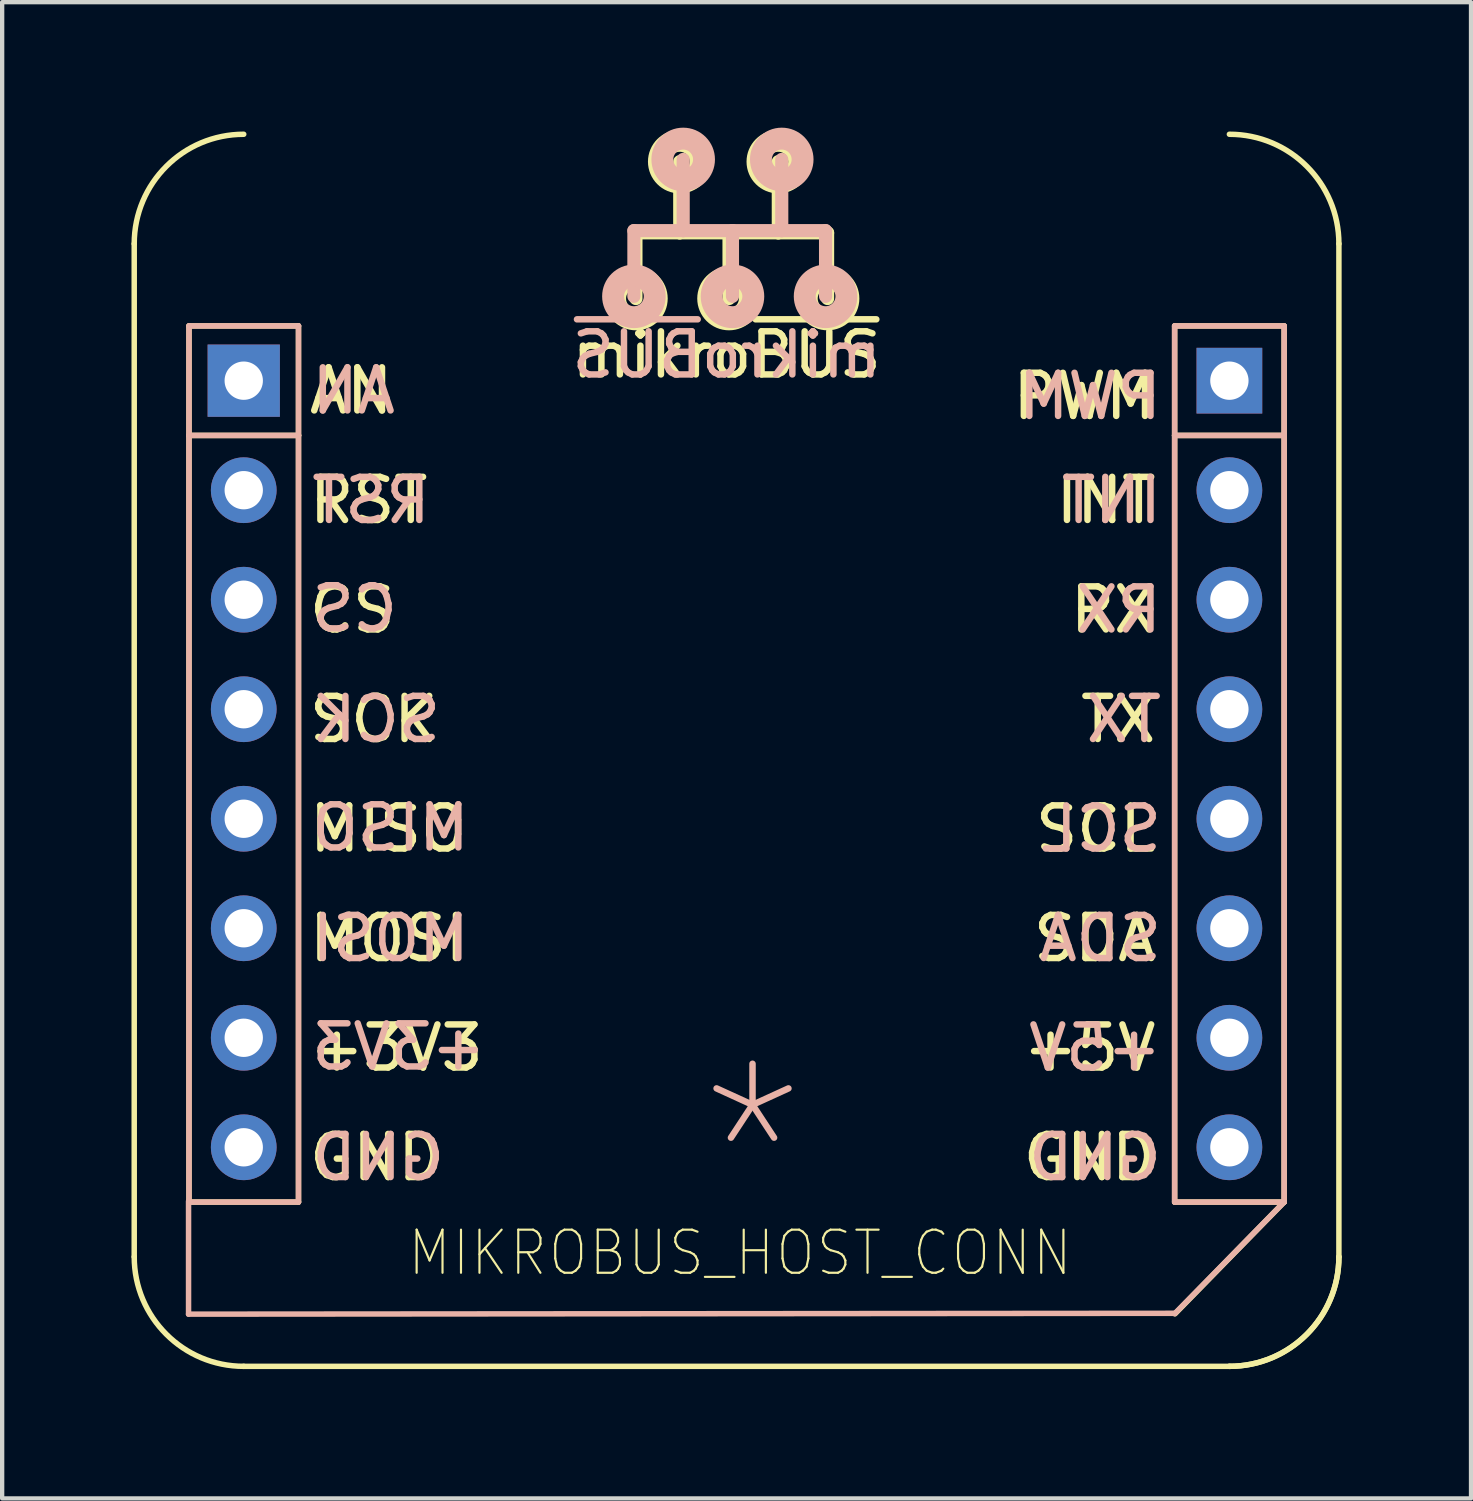
<source format=kicad_pcb>
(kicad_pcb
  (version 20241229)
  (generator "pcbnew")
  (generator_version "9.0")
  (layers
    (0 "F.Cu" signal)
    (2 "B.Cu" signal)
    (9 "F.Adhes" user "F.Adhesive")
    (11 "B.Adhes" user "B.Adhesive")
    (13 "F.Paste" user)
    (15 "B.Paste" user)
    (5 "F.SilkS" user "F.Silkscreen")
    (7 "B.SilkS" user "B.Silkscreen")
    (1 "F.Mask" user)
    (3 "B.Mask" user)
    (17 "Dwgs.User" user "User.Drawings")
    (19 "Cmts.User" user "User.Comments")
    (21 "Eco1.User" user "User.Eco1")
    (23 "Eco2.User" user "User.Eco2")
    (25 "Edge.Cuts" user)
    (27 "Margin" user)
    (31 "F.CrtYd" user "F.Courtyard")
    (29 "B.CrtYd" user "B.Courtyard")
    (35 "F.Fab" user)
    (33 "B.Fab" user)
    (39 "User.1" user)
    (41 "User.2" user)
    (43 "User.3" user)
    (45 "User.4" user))
  (footprint "MIKROBUS_HOST_CONN"
    (layer "F.Cu")
    (at 2.603 5.779)
    (property "Reference" "MIKROBUS_HOST_CONN" (at 11.51 20.23 0) (layer "F.SilkS") (effects (font (size 1 0.9) (thickness 0.05))))
    (attr through_hole)
    (fp_line (start -2.54 -3.175) (end -2.54 20.32) (stroke (width 0.127) (type solid)) (layer "F.SilkS"))
    (fp_line (start -1.27 -1.27) (end -1.27 1.27) (stroke (width 0.127) (type solid)) (layer "F.SilkS"))
    (fp_line (start -1.27 1.27) (end -1.27 19.05) (stroke (width 0.127) (type solid)) (layer "F.SilkS"))
    (fp_line (start -1.27 1.27) (end 1.27 1.27) (stroke (width 0.127) (type solid)) (layer "F.SilkS"))
    (fp_line (start -1.27 19.05) (end 1.27 19.05) (stroke (width 0.127) (type solid)) (layer "F.SilkS"))
    (fp_line (start 0 22.86) (end 22.86 22.86) (stroke (width 0.127) (type solid)) (layer "F.SilkS"))
    (fp_line (start 1.27 -1.27) (end -1.27 -1.27) (stroke (width 0.127) (type solid)) (layer "F.SilkS"))
    (fp_line (start 1.27 1.27) (end 1.27 -1.27) (stroke (width 0.127) (type solid)) (layer "F.SilkS"))
    (fp_line (start 1.27 19.05) (end 1.27 1.27) (stroke (width 0.127) (type solid)) (layer "F.SilkS"))
    (fp_line (start 9.096 -3.429) (end 9.096 -1.905) (stroke (width 0.305) (type solid)) (layer "F.SilkS"))
    (fp_line (start 9.096 -3.429) (end 10.112 -3.429) (stroke (width 0.305) (type solid)) (layer "F.SilkS"))
    (fp_line (start 10.112 -3.429) (end 10.112 -5.08) (stroke (width 0.305) (type solid)) (layer "F.SilkS"))
    (fp_line (start 10.112 -3.429) (end 11.255 -3.429) (stroke (width 0.305) (type solid)) (layer "F.SilkS"))
    (fp_line (start 11.255 -3.429) (end 11.255 -1.905) (stroke (width 0.305) (type solid)) (layer "F.SilkS"))
    (fp_line (start 11.255 -3.429) (end 12.398 -3.429) (stroke (width 0.305) (type solid)) (layer "F.SilkS"))
    (fp_line (start 12.398 -3.429) (end 12.398 -5.08) (stroke (width 0.305) (type solid)) (layer "F.SilkS"))
    (fp_line (start 12.398 -3.429) (end 13.541 -3.429) (stroke (width 0.305) (type solid)) (layer "F.SilkS"))
    (fp_line (start 13.541 -3.429) (end 13.541 -1.905) (stroke (width 0.305) (type solid)) (layer "F.SilkS"))
    (fp_line (start 21.59 -1.27) (end 21.59 1.27) (stroke (width 0.127) (type solid)) (layer "F.SilkS"))
    (fp_line (start 21.59 -1.27) (end 24.13 -1.27) (stroke (width 0.127) (type solid)) (layer "F.SilkS"))
    (fp_line (start 21.59 1.27) (end 21.59 19.05) (stroke (width 0.127) (type solid)) (layer "F.SilkS"))
    (fp_line (start 21.59 1.27) (end 24.13 1.27) (stroke (width 0.127) (type solid)) (layer "F.SilkS"))
    (fp_line (start 21.59 19.05) (end 24.13 19.05) (stroke (width 0.127) (type solid)) (layer "F.SilkS"))
    (fp_line (start 24.13 -1.27) (end 24.13 19.05) (stroke (width 0.127) (type solid)) (layer "F.SilkS"))
    (fp_line (start 24.13 19.05) (end 21.6 21.64) (stroke (width 0.127) (type solid)) (layer "F.SilkS"))
    (fp_line (start 25.4 -3.175) (end 25.4 20.32) (stroke (width 0.127) (type solid)) (layer "F.SilkS"))
    (fp_arc (start -2.54 -3.175) (mid -1.796051 -4.971051) (end 0 -5.715) (stroke (width 0.127) (type solid)) (layer "F.SilkS"))
    (fp_arc (start 0 22.86) (mid -1.796051 22.116051) (end -2.54 20.32) (stroke (width 0.127) (type solid)) (layer "F.SilkS"))
    (fp_arc (start 22.86 -5.715) (mid 24.656051 -4.971051) (end 25.4 -3.175) (stroke (width 0.127) (type solid)) (layer "F.SilkS"))
    (fp_arc (start 25.4 20.32) (mid 24.656051 22.116051) (end 22.86 22.86) (stroke (width 0.127) (type solid)) (layer "F.SilkS"))
    (fp_arc (start 25.4 20.32) (mid 24.656051 22.116051) (end 22.86 22.86) (stroke (width 0.127) (type solid)) (layer "F.SilkS"))
    (fp_circle (center 9.096 -1.905) (end 9.325 -1.905) (stroke (width 0.508) (type solid)) (fill no) (layer "F.SilkS"))
    (fp_circle (center 10.112 -5.08) (end 10.341 -5.08) (stroke (width 0.508) (type solid)) (fill no) (layer "F.SilkS"))
    (fp_circle (center 11.255 -1.905) (end 11.484 -1.905) (stroke (width 0.508) (type solid)) (fill no) (layer "F.SilkS"))
    (fp_circle (center 12.398 -5.08) (end 12.627 -5.08) (stroke (width 0.508) (type solid)) (fill no) (layer "F.SilkS"))
    (fp_circle (center 13.541 -1.905) (end 13.77 -1.905) (stroke (width 0.508) (type solid)) (fill no) (layer "F.SilkS"))
    (fp_line (start -1.28 19.03) (end -1.28 21.65) (stroke (width 0.127) (type solid)) (layer "B.SilkS"))
    (fp_line (start -1.28 21.65) (end 21.59 21.63) (stroke (width 0.127) (type solid)) (layer "B.SilkS"))
    (fp_line (start -1.27 -1.27) (end -1.27 1.27) (stroke (width 0.127) (type solid)) (layer "B.SilkS"))
    (fp_line (start -1.27 1.27) (end -1.27 19.05) (stroke (width 0.127) (type solid)) (layer "B.SilkS"))
    (fp_line (start -1.27 1.27) (end 1.27 1.27) (stroke (width 0.127) (type solid)) (layer "B.SilkS"))
    (fp_line (start -1.27 19.05) (end 1.27 19.05) (stroke (width 0.127) (type solid)) (layer "B.SilkS"))
    (fp_line (start 1.27 -1.27) (end -1.27 -1.27) (stroke (width 0.127) (type solid)) (layer "B.SilkS"))
    (fp_line (start 1.27 1.27) (end 1.27 -1.27) (stroke (width 0.127) (type solid)) (layer "B.SilkS"))
    (fp_line (start 1.27 19.05) (end 1.27 1.27) (stroke (width 0.127) (type solid)) (layer "B.SilkS"))
    (fp_line (start 9.049 -3.48) (end 9.049 -1.956) (stroke (width 0.305) (type solid)) (layer "B.SilkS"))
    (fp_line (start 10.192 -3.48) (end 9.049 -3.48) (stroke (width 0.305) (type solid)) (layer "B.SilkS"))
    (fp_line (start 10.192 -3.48) (end 10.192 -5.131) (stroke (width 0.305) (type solid)) (layer "B.SilkS"))
    (fp_line (start 11.335 -3.48) (end 10.192 -3.48) (stroke (width 0.305) (type solid)) (layer "B.SilkS"))
    (fp_line (start 11.335 -3.48) (end 11.335 -1.956) (stroke (width 0.305) (type solid)) (layer "B.SilkS"))
    (fp_line (start 12.478 -3.48) (end 11.335 -3.48) (stroke (width 0.305) (type solid)) (layer "B.SilkS"))
    (fp_line (start 12.478 -3.48) (end 12.478 -5.131) (stroke (width 0.305) (type solid)) (layer "B.SilkS"))
    (fp_line (start 13.494 -3.48) (end 12.478 -3.48) (stroke (width 0.305) (type solid)) (layer "B.SilkS"))
    (fp_line (start 13.494 -3.48) (end 13.494 -1.956) (stroke (width 0.305) (type solid)) (layer "B.SilkS"))
    (fp_line (start 21.59 -1.27) (end 21.59 1.27) (stroke (width 0.127) (type solid)) (layer "B.SilkS"))
    (fp_line (start 21.59 -1.27) (end 24.13 -1.27) (stroke (width 0.127) (type solid)) (layer "B.SilkS"))
    (fp_line (start 21.59 1.27) (end 21.59 19.05) (stroke (width 0.127) (type solid)) (layer "B.SilkS"))
    (fp_line (start 21.59 1.27) (end 24.13 1.27) (stroke (width 0.127) (type solid)) (layer "B.SilkS"))
    (fp_line (start 21.59 19.05) (end 24.13 19.05) (stroke (width 0.127) (type solid)) (layer "B.SilkS"))
    (fp_line (start 24.13 -1.27) (end 24.13 19.05) (stroke (width 0.127) (type solid)) (layer "B.SilkS"))
    (fp_line (start 24.13 19.05) (end 21.59 21.64) (stroke (width 0.127) (type solid)) (layer "B.SilkS"))
    (fp_circle (center 9.049 -1.956) (end 9.278 -1.956) (stroke (width 0.508) (type solid)) (fill no) (layer "B.SilkS"))
    (fp_circle (center 10.192 -5.131) (end 10.421 -5.131) (stroke (width 0.508) (type solid)) (fill no) (layer "B.SilkS"))
    (fp_circle (center 11.335 -1.956) (end 11.564 -1.956) (stroke (width 0.508) (type solid)) (fill no) (layer "B.SilkS"))
    (fp_circle (center 12.478 -5.131) (end 12.707 -5.131) (stroke (width 0.508) (type solid)) (fill no) (layer "B.SilkS"))
    (fp_circle (center 13.494 -1.956) (end 13.723 -1.956) (stroke (width 0.508) (type solid)) (fill no) (layer "B.SilkS"))
    (fp_text user "CS" (at 2.516 5.315 0) (layer "F.SilkS") (effects (font (size 1 1) (thickness 0.15))))
    (fp_text user "SDA" (at 19.736 12.935 0) (layer "F.SilkS") (effects (font (size 1 1) (thickness 0.15))))
    (fp_text user "+5V" (at 19.617 15.475 0) (layer "F.SilkS") (effects (font (size 1 1) (thickness 0.15))))
    (fp_text user "RST" (at 2.897 2.775 0) (layer "F.SilkS") (effects (font (size 1 1) (thickness 0.15))))
    (fp_text user "AN" (at 2.492 0.235 0) (layer "F.SilkS") (effects (font (size 1 1) (thickness 0.15))))
    (fp_text user "mikro~{BUS}" (at 11.2 -0.6 0) (layer "F.SilkS") (effects (font (size 1 1) (thickness 0.15))))
    (fp_text user "MOSI" (at 3.35 12.935 0) (layer "F.SilkS") (effects (font (size 1 1) (thickness 0.15))))
    (fp_text user "INT" (at 19.998 2.775 0) (layer "F.SilkS") (effects (font (size 1 1) (thickness 0.15))))
    (fp_text user "GND" (at 3.064 18.015 0) (layer "F.SilkS") (effects (font (size 1 1) (thickness 0.15))))
    (fp_text user "PWM" (at 19.498 0.362 0) (layer "F.SilkS") (effects (font (size 1 1) (thickness 0.15))))
    (fp_text user "RX" (at 20.164 5.315 0) (layer "F.SilkS") (effects (font (size 1 1) (thickness 0.15))))
    (fp_text user "+3V3" (at 3.54 15.475 0) (layer "F.SilkS") (effects (font (size 1 1) (thickness 0.15))))
    (fp_text user "TX" (at 20.283 7.855 0) (layer "F.SilkS") (effects (font (size 1 1) (thickness 0.15))))
    (fp_text user "SCL" (at 19.759 10.395 0) (layer "F.SilkS") (effects (font (size 1 1) (thickness 0.15))))
    (fp_text user "MISO" (at 3.35 10.395 0) (layer "F.SilkS") (effects (font (size 1 1) (thickness 0.15))))
    (fp_text user "GND" (at 19.617 18.015 0) (layer "F.SilkS") (effects (font (size 1 1) (thickness 0.15))))
    (fp_text user "SCK" (at 3.016 7.855 0) (layer "F.SilkS") (effects (font (size 1 1) (thickness 0.15))))
    (fp_text user "*" (at 11.8 18 0) (layer "B.SilkS") (effects (font (size 4 3.5) (thickness 0.15)) (justify mirror)))
    (fp_text user "CS" (at 2.572 5.29 0) (layer "B.SilkS") (effects (font (size 1 1) (thickness 0.15)) (justify mirror)))
    (fp_text user "RST" (at 2.953 2.775 0) (layer "B.SilkS") (effects (font (size 1 1) (thickness 0.15)) (justify mirror)))
    (fp_text user "+3V3" (at 3.596 15.45 0) (layer "B.SilkS") (effects (font (size 1 1) (thickness 0.15)) (justify mirror)))
    (fp_text user "SDA" (at 19.863 12.935 0) (layer "B.SilkS") (effects (font (size 1 1) (thickness 0.15)) (justify mirror)))
    (fp_text user "mikro~{BUS}" (at 11.2 -0.6 0) (layer "B.SilkS") (effects (font (size 1 1) (thickness 0.15)) (justify mirror)))
    (fp_text user "AN" (at 2.548 0.235 0) (layer "B.SilkS") (effects (font (size 1 1) (thickness 0.15)) (justify mirror)))
    (fp_text user "GND" (at 19.744 18.015 0) (layer "B.SilkS") (effects (font (size 1 1) (thickness 0.15)) (justify mirror)))
    (fp_text user "GND" (at 3.12 18.015 0) (layer "B.SilkS") (effects (font (size 1 1) (thickness 0.15)) (justify mirror)))
    (fp_text user "SCK" (at 3.072 7.855 0) (layer "B.SilkS") (effects (font (size 1 1) (thickness 0.15)) (justify mirror)))
    (fp_text user "TX" (at 20.411 7.855 0) (layer "B.SilkS") (effects (font (size 1 1) (thickness 0.15)) (justify mirror)))
    (fp_text user "PWM" (at 19.625 0.362 0) (layer "B.SilkS") (effects (font (size 1 1) (thickness 0.15)) (justify mirror)))
    (fp_text user "MISO" (at 3.405 10.37 0) (layer "B.SilkS") (effects (font (size 1 1) (thickness 0.15)) (justify mirror)))
    (fp_text user "MOSI" (at 3.405 12.935 0) (layer "B.SilkS") (effects (font (size 1 1) (thickness 0.15)) (justify mirror)))
    (fp_text user "RX" (at 20.291 5.315 0) (layer "B.SilkS") (effects (font (size 1 1) (thickness 0.15)) (justify mirror)))
    (fp_text user "INT" (at 20.125 2.775 0) (layer "B.SilkS") (effects (font (size 1 1) (thickness 0.15)) (justify mirror)))
    (fp_text user "SCL" (at 19.887 10.395 0) (layer "B.SilkS") (effects (font (size 1 1) (thickness 0.15)) (justify mirror)))
    (fp_text user "+5V" (at 19.744 15.475 0) (layer "B.SilkS") (effects (font (size 1 1) (thickness 0.15)) (justify mirror)))
    (pad "P1" thru_hole rect (at 0 0) (size 1.676 1.676) (drill 0.889) (layers "*.Cu" "*.Mask"))
    (pad "P2" thru_hole circle (at 0 2.54) (size 1.524 1.524) (drill 0.889) (layers "*.Cu" "*.Mask"))
    (pad "P3" thru_hole circle (at 0 5.08) (size 1.524 1.524) (drill 0.889) (layers "*.Cu" "*.Mask"))
    (pad "P4" thru_hole circle (at 0 7.62) (size 1.524 1.524) (drill 0.889) (layers "*.Cu" "*.Mask"))
    (pad "P5" thru_hole circle (at 0 10.16) (size 1.524 1.524) (drill 0.889) (layers "*.Cu" "*.Mask"))
    (pad "P6" thru_hole circle (at 0 12.7) (size 1.524 1.524) (drill 0.889) (layers "*.Cu" "*.Mask"))
    (pad "P7" thru_hole circle (at 0 15.24) (size 1.524 1.524) (drill 0.889) (layers "*.Cu" "*.Mask"))
    (pad "P8" thru_hole circle (at 0 17.78) (size 1.524 1.524) (drill 0.889) (layers "*.Cu" "*.Mask"))
    (pad "P9" thru_hole circle (at 22.86 17.78) (size 1.524 1.524) (drill 0.889) (layers "*.Cu" "*.Mask"))
    (pad "P10" thru_hole circle (at 22.86 15.24) (size 1.524 1.524) (drill 0.889) (layers "*.Cu" "*.Mask"))
    (pad "P11" thru_hole circle (at 22.86 12.7) (size 1.524 1.524) (drill 0.889) (layers "*.Cu" "*.Mask"))
    (pad "P12" thru_hole circle (at 22.86 10.16) (size 1.524 1.524) (drill 0.889) (layers "*.Cu" "*.Mask"))
    (pad "P13" thru_hole circle (at 22.86 7.62) (size 1.524 1.524) (drill 0.889) (layers "*.Cu" "*.Mask"))
    (pad "P14" thru_hole circle (at 22.86 5.08) (size 1.524 1.524) (drill 0.889) (layers "*.Cu" "*.Mask"))
    (pad "P15" thru_hole circle (at 22.86 2.54) (size 1.524 1.524) (drill 0.889) (layers "*.Cu" "*.Mask"))
    (pad "P16" thru_hole rect (at 22.86 0) (size 1.524 1.524) (drill 0.889) (layers "*.Cu" "*.Mask")))
  (gr_rect
    (start -3 -3)
    (end 31.067 31.702)
    (stroke (width 0.1) (type default))
    (fill no)
    (layer "Edge.Cuts")))
</source>
